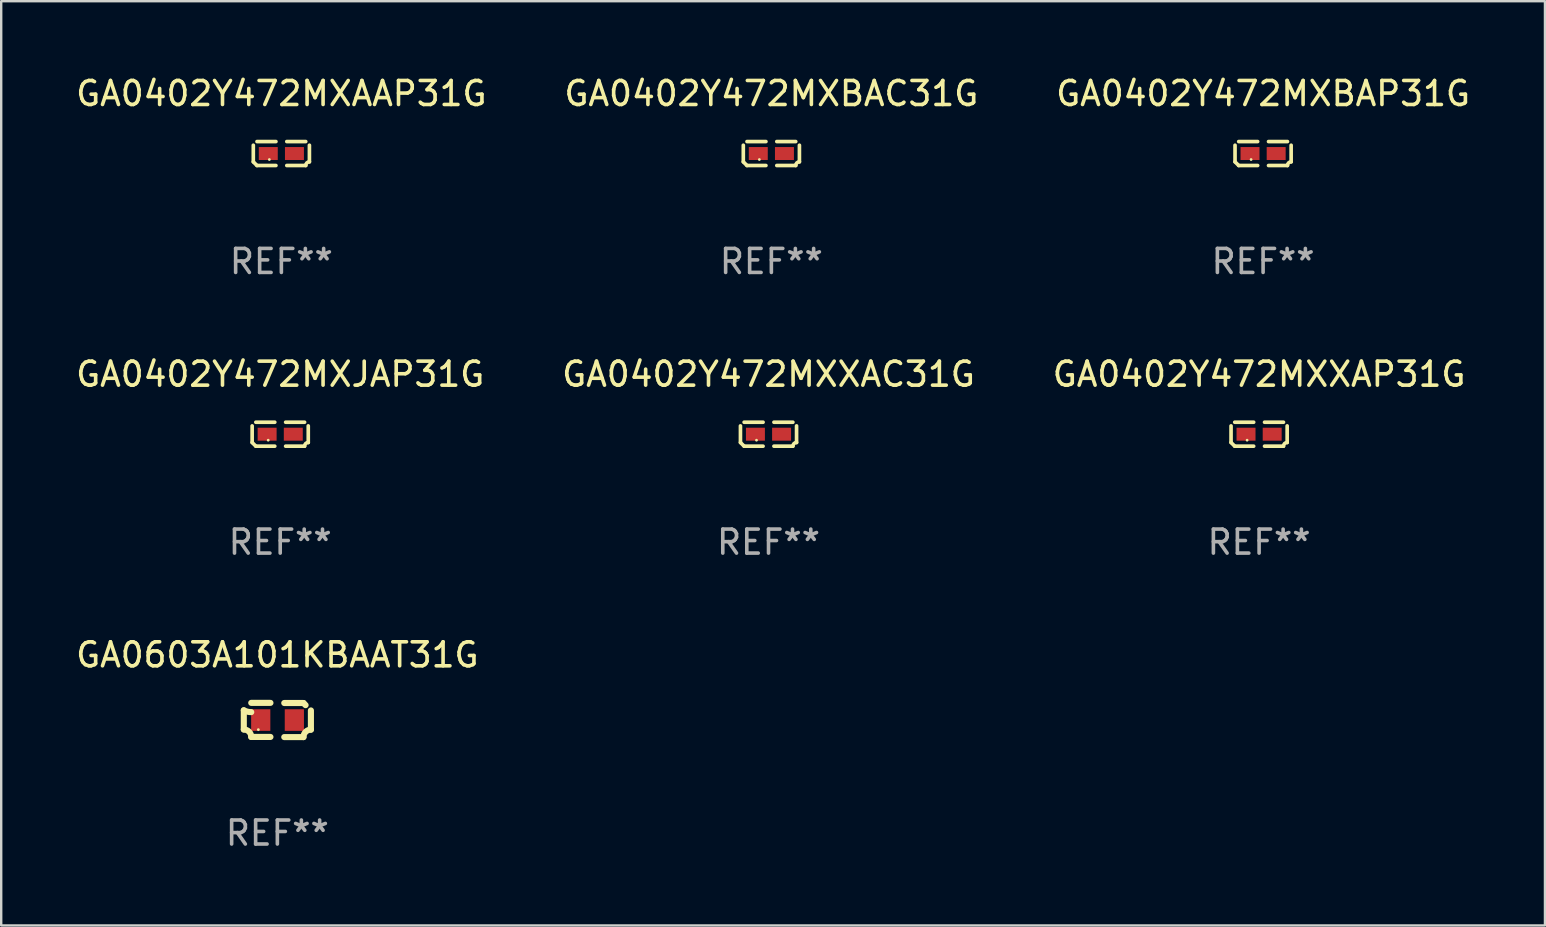
<source format=kicad_pcb>
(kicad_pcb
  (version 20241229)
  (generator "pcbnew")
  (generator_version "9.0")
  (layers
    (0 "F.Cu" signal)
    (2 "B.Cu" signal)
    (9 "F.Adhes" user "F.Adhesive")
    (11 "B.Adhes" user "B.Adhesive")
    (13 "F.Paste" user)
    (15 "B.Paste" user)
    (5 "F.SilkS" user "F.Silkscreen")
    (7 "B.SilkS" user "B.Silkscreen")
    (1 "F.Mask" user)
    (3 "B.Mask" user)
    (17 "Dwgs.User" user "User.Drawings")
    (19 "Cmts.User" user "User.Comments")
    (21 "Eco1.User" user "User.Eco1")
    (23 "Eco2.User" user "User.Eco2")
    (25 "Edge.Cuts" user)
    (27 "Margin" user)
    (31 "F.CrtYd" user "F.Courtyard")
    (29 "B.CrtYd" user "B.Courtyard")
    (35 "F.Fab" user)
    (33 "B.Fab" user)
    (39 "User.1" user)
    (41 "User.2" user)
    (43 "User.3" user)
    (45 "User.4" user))
  (footprint "GA0402Y472MXAAP31G"
    (layer "F.Cu")
    (at 8.673 3.347)
    (property "Reference" "GA0402Y472MXAAP31G" (at 0 -2.499 0) (layer "F.SilkS") (effects (font (size 1 1) (thickness 0.15))))
    (attr through_hole)
    (fp_line (start -1.169 0.346) (end -1.169 -0.346) (stroke (width 0.152) (type solid)) (layer "F.SilkS"))
    (fp_line (start -1.016 -0.499) (end -0.226 -0.499) (stroke (width 0.152) (type solid)) (layer "F.SilkS"))
    (fp_line (start -0.226 0.499) (end -1.016 0.499) (stroke (width 0.152) (type solid)) (layer "F.SilkS"))
    (fp_line (start 0.226 0.499) (end 1.016 0.499) (stroke (width 0.152) (type solid)) (layer "F.SilkS"))
    (fp_line (start 1.016 -0.499) (end 0.226 -0.499) (stroke (width 0.152) (type solid)) (layer "F.SilkS"))
    (fp_line (start 1.169 0.346) (end 1.169 -0.346) (stroke (width 0.152) (type solid)) (layer "F.SilkS"))
    (fp_arc (start -1.016307 0.498603) (mid -1.092512 0.422405) (end -1.16871 0.3462) (stroke (width 0.1524) (type solid)) (layer "F.SilkS"))
    (fp_arc (start 1.016307 0.498603) (mid 1.060899 0.390758) (end 1.168707 0.346076) (stroke (width 0.1524) (type solid)) (layer "F.SilkS"))
    (fp_circle (center -0.5 0.25) (end -0.47 0.25) (stroke (width 0.06) (type solid)) (fill no) (layer "F.SilkS"))
    (fp_text user "REF**" (at 0 4.499 0) (layer "F.Fab") (effects (font (size 1 1) (thickness 0.15))))
    (pad "1" smd rect (at -0.545 0) (size 0.79 0.54) (layers "F.Cu" "F.Mask" "F.Paste"))
    (pad "2" smd rect (at 0.545 0) (size 0.79 0.54) (layers "F.Cu" "F.Mask" "F.Paste")))
  (footprint "GA0402Y472MXJAP31G"
    (layer "F.Cu")
    (at 8.625 15.041)
    (property "Reference" "GA0402Y472MXJAP31G" (at 0 -2.499 0) (layer "F.SilkS") (effects (font (size 1 1) (thickness 0.15))))
    (attr through_hole)
    (fp_line (start -1.169 0.346) (end -1.169 -0.346) (stroke (width 0.152) (type solid)) (layer "F.SilkS"))
    (fp_line (start -1.016 -0.499) (end -0.226 -0.499) (stroke (width 0.152) (type solid)) (layer "F.SilkS"))
    (fp_line (start -0.226 0.499) (end -1.016 0.499) (stroke (width 0.152) (type solid)) (layer "F.SilkS"))
    (fp_line (start 0.226 0.499) (end 1.016 0.499) (stroke (width 0.152) (type solid)) (layer "F.SilkS"))
    (fp_line (start 1.016 -0.499) (end 0.226 -0.499) (stroke (width 0.152) (type solid)) (layer "F.SilkS"))
    (fp_line (start 1.169 0.346) (end 1.169 -0.346) (stroke (width 0.152) (type solid)) (layer "F.SilkS"))
    (fp_arc (start -1.016307 0.498603) (mid -1.092512 0.422405) (end -1.16871 0.3462) (stroke (width 0.1524) (type solid)) (layer "F.SilkS"))
    (fp_arc (start 1.016307 0.498603) (mid 1.060899 0.390758) (end 1.168707 0.346076) (stroke (width 0.1524) (type solid)) (layer "F.SilkS"))
    (fp_circle (center -0.5 0.25) (end -0.47 0.25) (stroke (width 0.06) (type solid)) (fill no) (layer "F.SilkS"))
    (fp_text user "REF**" (at 0 4.499 0) (layer "F.Fab") (effects (font (size 1 1) (thickness 0.15))))
    (pad "1" smd rect (at -0.545 0) (size 0.79 0.54) (layers "F.Cu" "F.Mask" "F.Paste"))
    (pad "2" smd rect (at 0.545 0) (size 0.79 0.54) (layers "F.Cu" "F.Mask" "F.Paste")))
  (footprint "GA0402Y472MXBAP31G"
    (layer "F.Cu")
    (at 49.577 3.347)
    (property "Reference" "GA0402Y472MXBAP31G" (at 0 -2.499 0) (layer "F.SilkS") (effects (font (size 1 1) (thickness 0.15))))
    (attr through_hole)
    (fp_line (start -1.169 0.346) (end -1.169 -0.346) (stroke (width 0.152) (type solid)) (layer "F.SilkS"))
    (fp_line (start -1.016 -0.499) (end -0.226 -0.499) (stroke (width 0.152) (type solid)) (layer "F.SilkS"))
    (fp_line (start -0.226 0.499) (end -1.016 0.499) (stroke (width 0.152) (type solid)) (layer "F.SilkS"))
    (fp_line (start 0.226 0.499) (end 1.016 0.499) (stroke (width 0.152) (type solid)) (layer "F.SilkS"))
    (fp_line (start 1.016 -0.499) (end 0.226 -0.499) (stroke (width 0.152) (type solid)) (layer "F.SilkS"))
    (fp_line (start 1.169 0.346) (end 1.169 -0.346) (stroke (width 0.152) (type solid)) (layer "F.SilkS"))
    (fp_arc (start -1.016307 0.498603) (mid -1.092512 0.422405) (end -1.16871 0.3462) (stroke (width 0.1524) (type solid)) (layer "F.SilkS"))
    (fp_arc (start 1.016307 0.498603) (mid 1.060899 0.390758) (end 1.168707 0.346076) (stroke (width 0.1524) (type solid)) (layer "F.SilkS"))
    (fp_circle (center -0.5 0.25) (end -0.47 0.25) (stroke (width 0.06) (type solid)) (fill no) (layer "F.SilkS"))
    (fp_text user "REF**" (at 0 4.499 0) (layer "F.Fab") (effects (font (size 1 1) (thickness 0.15))))
    (pad "1" smd rect (at -0.545 0) (size 0.79 0.54) (layers "F.Cu" "F.Mask" "F.Paste"))
    (pad "2" smd rect (at 0.545 0) (size 0.79 0.54) (layers "F.Cu" "F.Mask" "F.Paste")))
  (footprint "GA0402Y472MXBAC31G"
    (layer "F.Cu")
    (at 29.089 3.347)
    (property "Reference" "GA0402Y472MXBAC31G" (at 0 -2.499 0) (layer "F.SilkS") (effects (font (size 1 1) (thickness 0.15))))
    (attr through_hole)
    (fp_line (start -1.169 0.346) (end -1.169 -0.346) (stroke (width 0.152) (type solid)) (layer "F.SilkS"))
    (fp_line (start -1.016 -0.499) (end -0.226 -0.499) (stroke (width 0.152) (type solid)) (layer "F.SilkS"))
    (fp_line (start -0.226 0.499) (end -1.016 0.499) (stroke (width 0.152) (type solid)) (layer "F.SilkS"))
    (fp_line (start 0.226 0.499) (end 1.016 0.499) (stroke (width 0.152) (type solid)) (layer "F.SilkS"))
    (fp_line (start 1.016 -0.499) (end 0.226 -0.499) (stroke (width 0.152) (type solid)) (layer "F.SilkS"))
    (fp_line (start 1.169 0.346) (end 1.169 -0.346) (stroke (width 0.152) (type solid)) (layer "F.SilkS"))
    (fp_arc (start -1.016307 0.498603) (mid -1.092512 0.422405) (end -1.16871 0.3462) (stroke (width 0.1524) (type solid)) (layer "F.SilkS"))
    (fp_arc (start 1.016307 0.498603) (mid 1.060899 0.390758) (end 1.168707 0.346076) (stroke (width 0.1524) (type solid)) (layer "F.SilkS"))
    (fp_circle (center -0.5 0.25) (end -0.47 0.25) (stroke (width 0.06) (type solid)) (fill no) (layer "F.SilkS"))
    (fp_text user "REF**" (at 0 4.499 0) (layer "F.Fab") (effects (font (size 1 1) (thickness 0.15))))
    (pad "1" smd rect (at -0.545 0) (size 0.79 0.54) (layers "F.Cu" "F.Mask" "F.Paste"))
    (pad "2" smd rect (at 0.545 0) (size 0.79 0.54) (layers "F.Cu" "F.Mask" "F.Paste")))
  (footprint "GA0402Y472MXXAP31G"
    (layer "F.Cu")
    (at 49.411 15.041)
    (property "Reference" "GA0402Y472MXXAP31G" (at 0 -2.499 0) (layer "F.SilkS") (effects (font (size 1 1) (thickness 0.15))))
    (attr through_hole)
    (fp_line (start -1.169 0.346) (end -1.169 -0.346) (stroke (width 0.152) (type solid)) (layer "F.SilkS"))
    (fp_line (start -1.016 -0.499) (end -0.226 -0.499) (stroke (width 0.152) (type solid)) (layer "F.SilkS"))
    (fp_line (start -0.226 0.499) (end -1.016 0.499) (stroke (width 0.152) (type solid)) (layer "F.SilkS"))
    (fp_line (start 0.226 0.499) (end 1.016 0.499) (stroke (width 0.152) (type solid)) (layer "F.SilkS"))
    (fp_line (start 1.016 -0.499) (end 0.226 -0.499) (stroke (width 0.152) (type solid)) (layer "F.SilkS"))
    (fp_line (start 1.169 0.346) (end 1.169 -0.346) (stroke (width 0.152) (type solid)) (layer "F.SilkS"))
    (fp_arc (start -1.016307 0.498603) (mid -1.092512 0.422405) (end -1.16871 0.3462) (stroke (width 0.1524) (type solid)) (layer "F.SilkS"))
    (fp_arc (start 1.016307 0.498603) (mid 1.060899 0.390758) (end 1.168707 0.346076) (stroke (width 0.1524) (type solid)) (layer "F.SilkS"))
    (fp_circle (center -0.5 0.25) (end -0.47 0.25) (stroke (width 0.06) (type solid)) (fill no) (layer "F.SilkS"))
    (fp_text user "REF**" (at 0 4.499 0) (layer "F.Fab") (effects (font (size 1 1) (thickness 0.15))))
    (pad "1" smd rect (at -0.545 0) (size 0.79 0.54) (layers "F.Cu" "F.Mask" "F.Paste"))
    (pad "2" smd rect (at 0.545 0) (size 0.79 0.54) (layers "F.Cu" "F.Mask" "F.Paste")))
  (footprint "GA0402Y472MXXAC31G"
    (layer "F.Cu")
    (at 28.97 15.041)
    (property "Reference" "GA0402Y472MXXAC31G" (at 0 -2.499 0) (layer "F.SilkS") (effects (font (size 1 1) (thickness 0.15))))
    (attr through_hole)
    (fp_line (start -1.169 0.346) (end -1.169 -0.346) (stroke (width 0.152) (type solid)) (layer "F.SilkS"))
    (fp_line (start -1.016 -0.499) (end -0.226 -0.499) (stroke (width 0.152) (type solid)) (layer "F.SilkS"))
    (fp_line (start -0.226 0.499) (end -1.016 0.499) (stroke (width 0.152) (type solid)) (layer "F.SilkS"))
    (fp_line (start 0.226 0.499) (end 1.016 0.499) (stroke (width 0.152) (type solid)) (layer "F.SilkS"))
    (fp_line (start 1.016 -0.499) (end 0.226 -0.499) (stroke (width 0.152) (type solid)) (layer "F.SilkS"))
    (fp_line (start 1.169 0.346) (end 1.169 -0.346) (stroke (width 0.152) (type solid)) (layer "F.SilkS"))
    (fp_arc (start -1.016307 0.498603) (mid -1.092512 0.422405) (end -1.16871 0.3462) (stroke (width 0.1524) (type solid)) (layer "F.SilkS"))
    (fp_arc (start 1.016307 0.498603) (mid 1.060899 0.390758) (end 1.168707 0.346076) (stroke (width 0.1524) (type solid)) (layer "F.SilkS"))
    (fp_circle (center -0.5 0.25) (end -0.47 0.25) (stroke (width 0.06) (type solid)) (fill no) (layer "F.SilkS"))
    (fp_text user "REF**" (at 0 4.499 0) (layer "F.Fab") (effects (font (size 1 1) (thickness 0.15))))
    (pad "1" smd rect (at -0.545 0) (size 0.79 0.54) (layers "F.Cu" "F.Mask" "F.Paste"))
    (pad "2" smd rect (at 0.545 0) (size 0.79 0.54) (layers "F.Cu" "F.Mask" "F.Paste")))
  (footprint "GA0603A101KBAAT31G"
    (layer "F.Cu")
    (at 8.506 26.948)
    (property "Reference" "GA0603A101KBAAT31G" (at 0 -2.713 0) (layer "F.SilkS") (effects (font (size 1 1) (thickness 0.15))))
    (attr through_hole)
    (fp_line (start -1.398 -0.403) (end -1.398 0.397) (stroke (width 0.254) (type solid)) (layer "F.SilkS"))
    (fp_line (start -0.288 -0.713) (end -1.088 -0.713) (stroke (width 0.254) (type solid)) (layer "F.SilkS"))
    (fp_line (start -0.288 0.707) (end -1.088 0.707) (stroke (width 0.254) (type solid)) (layer "F.SilkS"))
    (fp_line (start 0.288 -0.707) (end 1.088 -0.707) (stroke (width 0.254) (type solid)) (layer "F.SilkS"))
    (fp_line (start 0.288 0.713) (end 1.088 0.713) (stroke (width 0.254) (type solid)) (layer "F.SilkS"))
    (fp_line (start 1.398 -0.397) (end 1.398 0.403) (stroke (width 0.254) (type solid)) (layer "F.SilkS"))
    (fp_arc (start -1.397789 0.397066) (mid -1.178701 0.487826) (end -1.08796 0.706922) (stroke (width 0.254001) (type solid)) (layer "F.SilkS"))
    (fp_arc (start -1.08796 -0.327176) (mid -1.247436 -0.346384) (end -1.39779 -0.402908) (stroke (width 0.254001) (type solid)) (layer "F.SilkS"))
    (fp_arc (start 1.087909 0.712738) (mid 1.178656 0.493655) (end 1.397739 0.402908) (stroke (width 0.254001) (type solid)) (layer "F.SilkS"))
    (fp_arc (start 1.175925 -0.618926) (mid 1.131917 -0.662923) (end 1.08791 -0.706922) (stroke (width 0.254001) (type solid)) (layer "F.SilkS"))
    (fp_circle (center -0.792 0.403) (end -0.762 0.403) (stroke (width 0.06) (type solid)) (fill no) (layer "F.SilkS"))
    (fp_text user "REF**" (at 0 4.713 0) (layer "F.Fab") (effects (font (size 1 1) (thickness 0.15))))
    (pad "1" smd rect (at -0.692 0.003) (size 0.8 0.9) (layers "F.Cu" "F.Mask" "F.Paste"))
    (pad "2" smd rect (at 0.708 0.003) (size 0.8 0.9) (layers "F.Cu" "F.Mask" "F.Paste")))
  (gr_rect
    (start -3 -3)
    (end 61.321 35.509)
    (stroke (width 0.1) (type default))
    (fill no)
    (layer "Edge.Cuts")))
</source>
